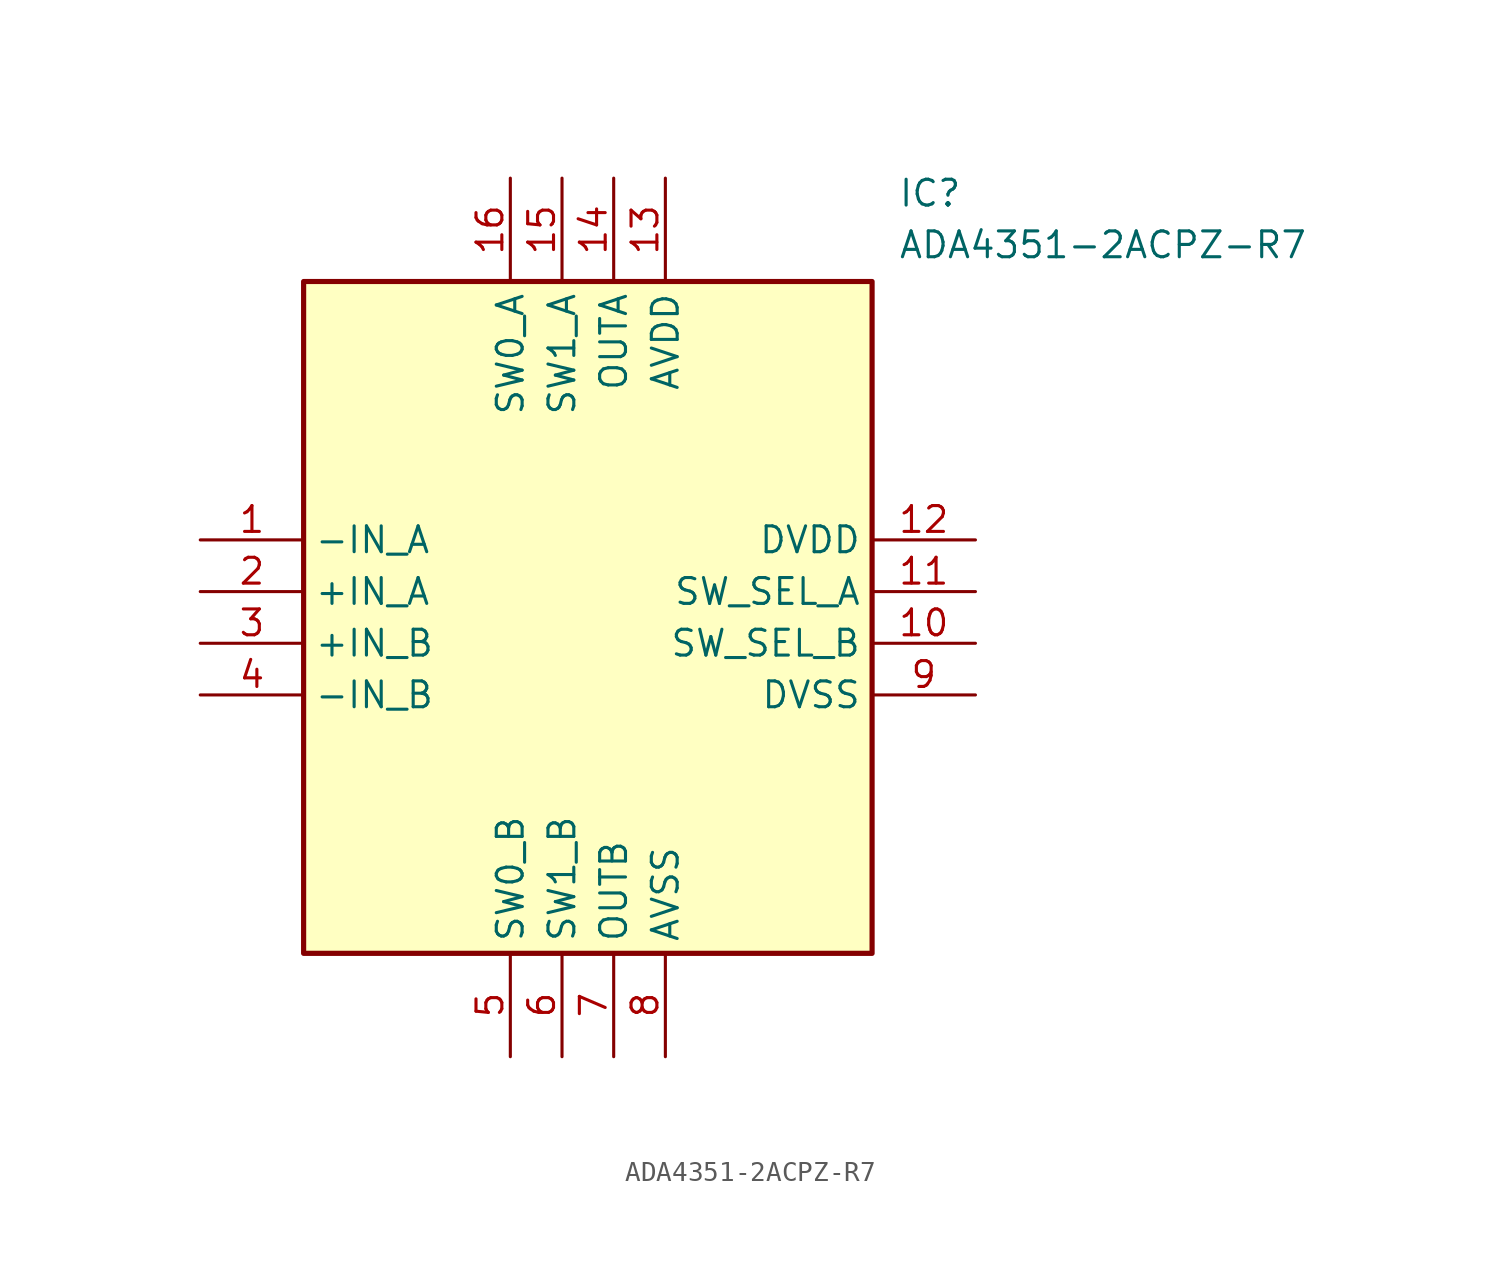
<source format=kicad_sym>
(kicad_symbol_lib
  (version 20220914)
  (generator kicad_symbol_editor)
  (symbol "ADA4351-2ACPZ-R7"
    (property "Reference" "IC"
      (at 34.29 17.78 0)
      (effects (font (size 1.27 1.27)) (justify left top)))
    (property "Value" "ADA4351-2ACPZ-R7"
      (at 34.29 15.24 0)
      (effects (font (size 1.27 1.27)) (justify left top)))
    (symbol "ADA4351-2ACPZ-R7_1_1"
      (rectangle (start 5.08 12.7) (end 33.02 -20.32) (stroke (width 0.254) (type default)) (fill (type background)))
      (pin passive line (at 0 0 0) (length 5.08) (name "-IN_A" (effects (font (size 1.27 1.27)))) (number "1" (effects (font (size 1.27 1.27)))))
      (pin passive line (at 38.1 -5.08 180) (length 5.08) (name "SW_SEL_B" (effects (font (size 1.27 1.27)))) (number "10" (effects (font (size 1.27 1.27)))))
      (pin passive line (at 38.1 -2.54 180) (length 5.08) (name "SW_SEL_A" (effects (font (size 1.27 1.27)))) (number "11" (effects (font (size 1.27 1.27)))))
      (pin passive line (at 38.1 0 180) (length 5.08) (name "DVDD" (effects (font (size 1.27 1.27)))) (number "12" (effects (font (size 1.27 1.27)))))
      (pin passive line (at 22.86 17.78 270) (length 5.08) (name "AVDD" (effects (font (size 1.27 1.27)))) (number "13" (effects (font (size 1.27 1.27)))))
      (pin passive line (at 20.32 17.78 270) (length 5.08) (name "OUTA" (effects (font (size 1.27 1.27)))) (number "14" (effects (font (size 1.27 1.27)))))
      (pin passive line (at 17.78 17.78 270) (length 5.08) (name "SW1_A" (effects (font (size 1.27 1.27)))) (number "15" (effects (font (size 1.27 1.27)))))
      (pin passive line (at 15.24 17.78 270) (length 5.08) (name "SW0_A" (effects (font (size 1.27 1.27)))) (number "16" (effects (font (size 1.27 1.27)))))
      (pin passive line (at 0 -2.54 0) (length 5.08) (name "+IN_A" (effects (font (size 1.27 1.27)))) (number "2" (effects (font (size 1.27 1.27)))))
      (pin passive line (at 0 -5.08 0) (length 5.08) (name "+IN_B" (effects (font (size 1.27 1.27)))) (number "3" (effects (font (size 1.27 1.27)))))
      (pin passive line (at 0 -7.62 0) (length 5.08) (name "-IN_B" (effects (font (size 1.27 1.27)))) (number "4" (effects (font (size 1.27 1.27)))))
      (pin passive line (at 15.24 -25.4 90) (length 5.08) (name "SW0_B" (effects (font (size 1.27 1.27)))) (number "5" (effects (font (size 1.27 1.27)))))
      (pin passive line (at 17.78 -25.4 90) (length 5.08) (name "SW1_B" (effects (font (size 1.27 1.27)))) (number "6" (effects (font (size 1.27 1.27)))))
      (pin passive line (at 20.32 -25.4 90) (length 5.08) (name "OUTB" (effects (font (size 1.27 1.27)))) (number "7" (effects (font (size 1.27 1.27)))))
      (pin passive line (at 22.86 -25.4 90) (length 5.08) (name "AVSS" (effects (font (size 1.27 1.27)))) (number "8" (effects (font (size 1.27 1.27)))))
      (pin passive line (at 38.1 -7.62 180) (length 5.08) (name "DVSS" (effects (font (size 1.27 1.27)))) (number "9" (effects (font (size 1.27 1.27))))))))
</source>
